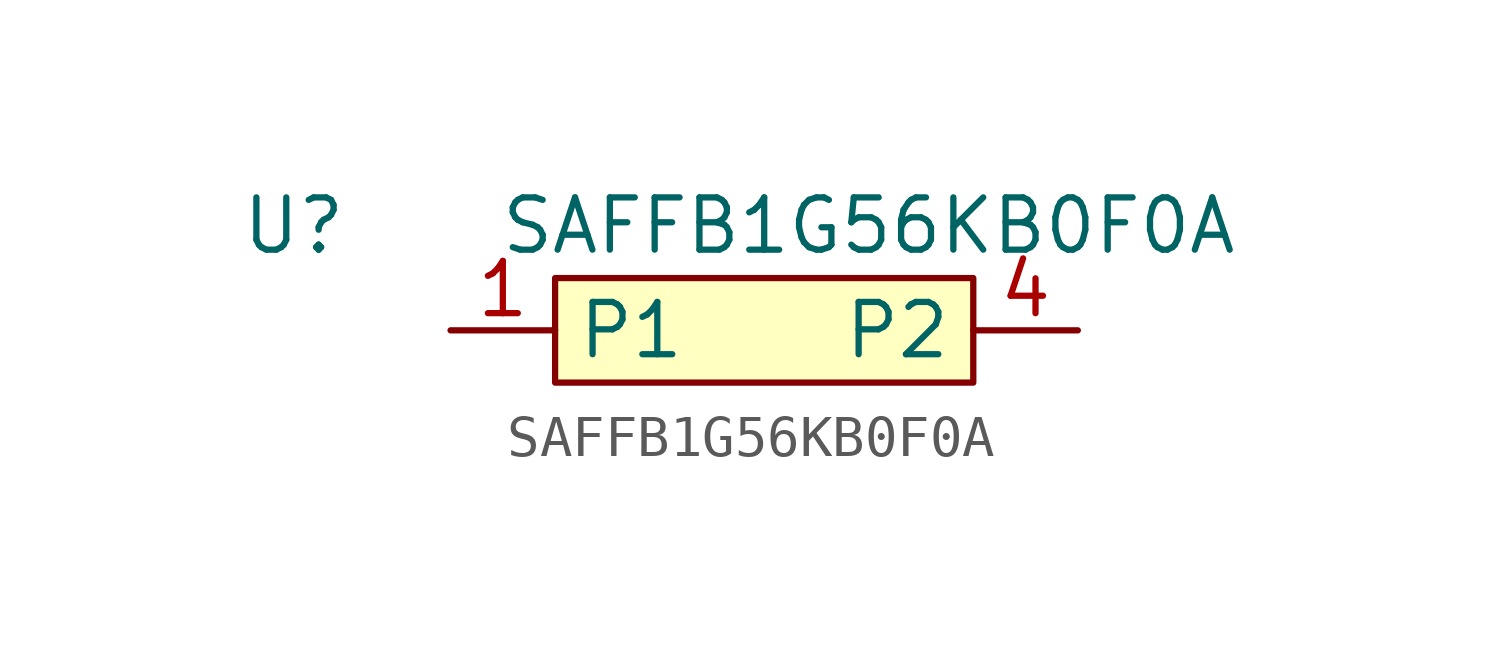
<source format=kicad_sym>
(kicad_symbol_lib
  (version 20211014)
  (generator kicad_symbol_editor)
  (symbol "SAFFB1G56KB0F0A"
    (property "Reference" "U"
      (at -11.43 2.54 0)
      (effects (font (size 1.27 1.27))))
    (property "Value" "SAFFB1G56KB0F0A"
      (at 2.54 2.54 0)
      (effects (font (size 1.27 1.27))))
    (symbol "SAFFB1G56KB0F0A_0_0"
      (pin passive line (at -7.62 0 0) (length 2.54) (name "P1" (effects (font (size 1.27 1.27)))) (number "1" (effects (font (size 1.27 1.27)))))
      (pin passive line (at 7.62 0 180) (length 2.54) (name "P2" (effects (font (size 1.27 1.27)))) (number "4" (effects (font (size 1.27 1.27))))))
    (symbol "SAFFB1G56KB0F0A_0_1"
      (rectangle (start -5.08 1.27) (end 5.08 -1.27) (stroke (width 0) (type default) (color 0 0 0 0)) (fill (type background))))))
</source>
